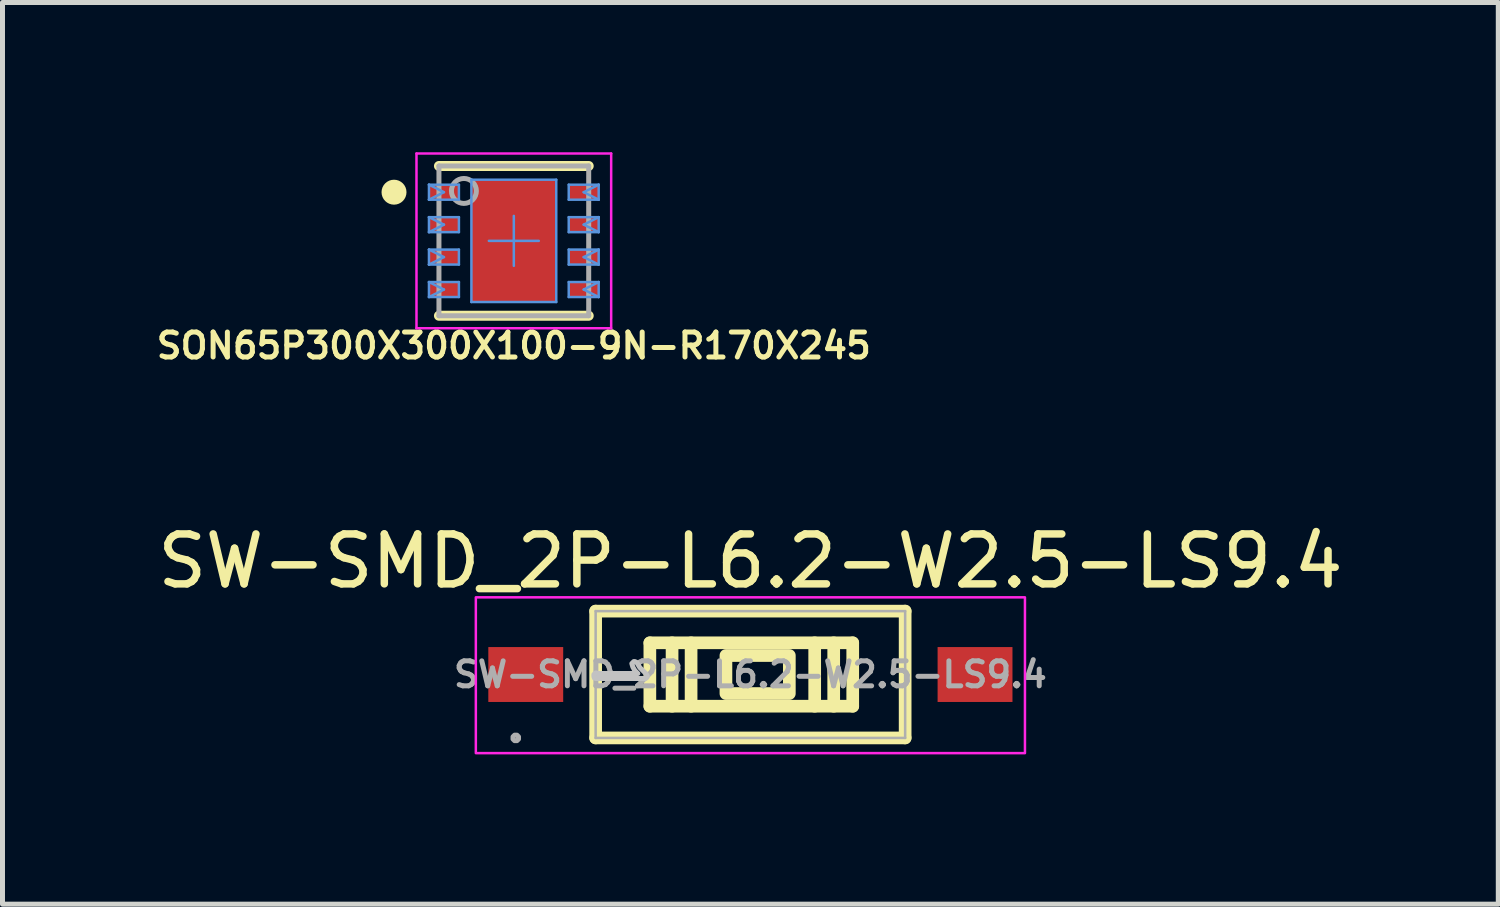
<source format=kicad_pcb>
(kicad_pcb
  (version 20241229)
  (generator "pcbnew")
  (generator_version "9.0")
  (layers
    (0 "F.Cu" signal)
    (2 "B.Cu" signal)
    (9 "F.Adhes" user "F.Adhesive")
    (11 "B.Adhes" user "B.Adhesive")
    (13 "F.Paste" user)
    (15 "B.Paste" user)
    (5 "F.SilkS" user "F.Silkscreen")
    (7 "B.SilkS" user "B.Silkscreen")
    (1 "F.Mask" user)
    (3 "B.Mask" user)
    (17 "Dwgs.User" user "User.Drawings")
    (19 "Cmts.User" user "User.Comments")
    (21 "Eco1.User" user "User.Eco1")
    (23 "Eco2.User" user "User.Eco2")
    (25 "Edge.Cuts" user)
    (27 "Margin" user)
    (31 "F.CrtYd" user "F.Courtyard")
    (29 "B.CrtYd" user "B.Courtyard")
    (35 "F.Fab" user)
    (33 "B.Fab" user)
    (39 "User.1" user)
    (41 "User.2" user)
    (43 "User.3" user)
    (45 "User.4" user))
  (footprint "SW-SMD_2P-L6.2-W2.5-LS9.4"
    (layer "F.Cu")
    (at 11.982 10.462)
    (property "Reference" "SW-SMD_2P-L6.2-W2.5-LS9.4" (at 0 -2.271 0) (layer "F.SilkS") (effects (font (size 1 1) (thickness 0.15))))
    (fp_line (start -3.1 -1.27) (end -3.1 1.27) (stroke (width 0.254) (type default)) (layer "F.SilkS"))
    (fp_line (start -3.1 1.27) (end 3.1 1.27) (stroke (width 0.254) (type default)) (layer "F.SilkS"))
    (fp_line (start -2.014 -0.635) (end 2.05 -0.635) (stroke (width 0.254) (type default)) (layer "F.SilkS"))
    (fp_line (start -2.014 0.635) (end -2.014 -0.635) (stroke (width 0.254) (type default)) (layer "F.SilkS"))
    (fp_line (start -1.569 -0.635) (end -1.569 0.635) (stroke (width 0.254) (type default)) (layer "F.SilkS"))
    (fp_line (start -1.188 -0.635) (end -1.188 0.635) (stroke (width 0.254) (type default)) (layer "F.SilkS"))
    (fp_line (start 1.288 -0.635) (end 1.288 0.635) (stroke (width 0.254) (type default)) (layer "F.SilkS"))
    (fp_line (start 1.669 -0.635) (end 1.669 0.635) (stroke (width 0.254) (type default)) (layer "F.SilkS"))
    (fp_line (start 2.05 -0.635) (end 2.05 0.635) (stroke (width 0.254) (type default)) (layer "F.SilkS"))
    (fp_line (start 2.05 0.635) (end -2.014 0.635) (stroke (width 0.254) (type default)) (layer "F.SilkS"))
    (fp_line (start 3.1 -1.27) (end -3.1 -1.27) (stroke (width 0.254) (type default)) (layer "F.SilkS"))
    (fp_line (start 3.1 1.27) (end 3.1 -1.27) (stroke (width 0.254) (type default)) (layer "F.SilkS"))
    (fp_rect (start -0.49 -0.381) (end 0.78 0.381) (stroke (width 0.254) (type default)) (fill no) (layer "F.SilkS"))
    (fp_poly (pts (xy -2.315 -0.26) (xy -2.335 -0.26) (xy -2.375 -0.22) (xy -2.355 -0.15) (xy -2.315 -0.08) (xy -2.255 -0.02) (xy -3.075 -0.02) (xy -3.085 -0.03) (xy -3.105 -0.03) (xy -3.135 0) (xy -3.135 0.04) (xy -3.125 0.07) (xy -3.095 0.08) (xy -2.115 0.08) (xy -2.105 0.08) (xy -2.09 0.075) (xy -2.08 0.065) (xy -2.07 0.055) (xy -2.065 0.03) (xy -2.075 0.01) (xy -2.095 -0.02) (xy -2.125 -0.05) (xy -2.215 -0.14) (xy -2.275 -0.24)) (stroke (width 0.1) (type default)) (fill no) (layer "Dwgs.User"))
    (fp_rect (start -5.5 -1.546) (end 5.5 1.575) (stroke (width 0.05) (type default)) (fill no) (layer "F.CrtYd"))
    (fp_line (start -3.1 -1.27) (end 3.1 -1.27) (stroke (width 0.051) (type default)) (layer "F.Fab"))
    (fp_line (start -3.1 1.27) (end -3.1 -1.27) (stroke (width 0.051) (type default)) (layer "F.Fab"))
    (fp_line (start 3.1 -1.27) (end 3.1 1.27) (stroke (width 0.051) (type default)) (layer "F.Fab"))
    (fp_line (start 3.1 1.27) (end -3.1 1.27) (stroke (width 0.051) (type default)) (layer "F.Fab"))
    (fp_poly (pts (xy -4.645 1.247) (xy -4.677 1.215) (xy -4.723 1.215) (xy -4.755 1.247) (xy -4.755 1.293) (xy -4.723 1.325) (xy -4.677 1.325) (xy -4.645 1.293)) (stroke (width 0.1) (type default)) (fill no) (layer "F.Fab"))
    (fp_poly (pts (xy -4.7 0.25) (xy -4.7 -0.25) (xy -4.2 -0.25) (xy -4.2 0.25)) (stroke (width 0.1) (type default)) (fill no) (layer "User.1"))
    (fp_poly (pts (xy -3.048 -0.635) (xy -3.048 0.635) (xy -4.21 0.635) (xy -4.21 -0.635)) (stroke (width 0.1) (type default)) (fill no) (layer "User.1"))
    (fp_poly (pts (xy 3.048 0.635) (xy 3.048 -0.635) (xy 4.21 -0.635) (xy 4.21 0.635)) (stroke (width 0.1) (type default)) (fill no) (layer "User.1"))
    (fp_poly (pts (xy 4.2 0.25) (xy 4.2 -0.25) (xy 4.7 -0.25) (xy 4.7 0.25)) (stroke (width 0.1) (type default)) (fill no) (layer "User.1"))
    (fp_text user "${REFERENCE}" (at 0 0 0) (layer "F.Fab") (effects (font (size 0.5 0.5) (thickness 0.1))))
    (pad "1" smd rect (at -4.5 0 270) (size 1.1 1.5) (layers "F.Cu" "F.Mask" "F.Paste"))
    (pad "2" smd rect (at 4.5 0 270) (size 1.1 1.5) (layers "F.Cu" "F.Mask" "F.Paste")))
  (footprint "SON65P300X300X100-9N-R170X245"
    (layer "F.Cu")
    (at 7.243 1.775)
    (property "Reference" "SON65P300X300X100-9N-R170X245" (at 0 2.1 180) (layer "F.SilkS") (effects (font (size 0.5 0.5) (thickness 0.1))))
    (attr smd)
    (fp_line (start -1.5 -1.5) (end 1.5 -1.5) (stroke (width 0.2) (type solid)) (layer "F.SilkS"))
    (fp_line (start -1.5 1.5) (end 1.5 1.5) (stroke (width 0.2) (type solid)) (layer "F.SilkS"))
    (fp_circle (center -2.4 -0.975) (end -2.275 -0.975) (stroke (width 0.25) (type solid)) (fill no) (layer "F.SilkS"))
    (fp_line (start -1.7 -1.125) (end -1.4 -0.975) (stroke (width 0.05) (type solid)) (layer "Cmts.User"))
    (fp_line (start -1.7 -1.125) (end -1.1 -1.125) (stroke (width 0.05) (type solid)) (layer "Cmts.User"))
    (fp_line (start -1.7 -0.825) (end -1.7 -1.125) (stroke (width 0.05) (type solid)) (layer "Cmts.User"))
    (fp_line (start -1.7 -0.825) (end -1.4 -0.975) (stroke (width 0.05) (type solid)) (layer "Cmts.User"))
    (fp_line (start -1.7 -0.825) (end -1.1 -0.825) (stroke (width 0.05) (type solid)) (layer "Cmts.User"))
    (fp_line (start -1.7 -0.475) (end -1.4 -0.325) (stroke (width 0.05) (type solid)) (layer "Cmts.User"))
    (fp_line (start -1.7 -0.475) (end -1.1 -0.475) (stroke (width 0.05) (type solid)) (layer "Cmts.User"))
    (fp_line (start -1.7 -0.175) (end -1.7 -0.475) (stroke (width 0.05) (type solid)) (layer "Cmts.User"))
    (fp_line (start -1.7 -0.175) (end -1.4 -0.325) (stroke (width 0.05) (type solid)) (layer "Cmts.User"))
    (fp_line (start -1.7 -0.175) (end -1.1 -0.175) (stroke (width 0.05) (type solid)) (layer "Cmts.User"))
    (fp_line (start -1.7 0.175) (end -1.4 0.325) (stroke (width 0.05) (type solid)) (layer "Cmts.User"))
    (fp_line (start -1.7 0.175) (end -1.1 0.175) (stroke (width 0.05) (type solid)) (layer "Cmts.User"))
    (fp_line (start -1.7 0.475) (end -1.7 0.175) (stroke (width 0.05) (type solid)) (layer "Cmts.User"))
    (fp_line (start -1.7 0.475) (end -1.4 0.325) (stroke (width 0.05) (type solid)) (layer "Cmts.User"))
    (fp_line (start -1.7 0.475) (end -1.1 0.475) (stroke (width 0.05) (type solid)) (layer "Cmts.User"))
    (fp_line (start -1.7 0.825) (end -1.4 0.975) (stroke (width 0.05) (type solid)) (layer "Cmts.User"))
    (fp_line (start -1.7 0.825) (end -1.1 0.825) (stroke (width 0.05) (type solid)) (layer "Cmts.User"))
    (fp_line (start -1.7 1.125) (end -1.7 0.825) (stroke (width 0.05) (type solid)) (layer "Cmts.User"))
    (fp_line (start -1.7 1.125) (end -1.4 0.975) (stroke (width 0.05) (type solid)) (layer "Cmts.User"))
    (fp_line (start -1.7 1.125) (end -1.1 1.125) (stroke (width 0.05) (type solid)) (layer "Cmts.User"))
    (fp_line (start -1.1 -0.825) (end -1.1 -1.125) (stroke (width 0.05) (type solid)) (layer "Cmts.User"))
    (fp_line (start -1.1 -0.175) (end -1.1 -0.475) (stroke (width 0.05) (type solid)) (layer "Cmts.User"))
    (fp_line (start -1.1 0.475) (end -1.1 0.175) (stroke (width 0.05) (type solid)) (layer "Cmts.User"))
    (fp_line (start -1.1 1.125) (end -1.1 0.825) (stroke (width 0.05) (type solid)) (layer "Cmts.User"))
    (fp_line (start -0.85 -1.225) (end 0.85 -1.225) (stroke (width 0.05) (type solid)) (layer "Cmts.User"))
    (fp_line (start -0.85 1.225) (end -0.85 -1.225) (stroke (width 0.05) (type solid)) (layer "Cmts.User"))
    (fp_line (start -0.85 1.225) (end 0.85 1.225) (stroke (width 0.05) (type solid)) (layer "Cmts.User"))
    (fp_line (start -0.5 0) (end 0 0) (stroke (width 0.05) (type solid)) (layer "Cmts.User"))
    (fp_line (start 0 0) (end 0 -0.5) (stroke (width 0.05) (type solid)) (layer "Cmts.User"))
    (fp_line (start 0 0) (end 0.5 0) (stroke (width 0.05) (type solid)) (layer "Cmts.User"))
    (fp_line (start 0 0.5) (end 0 0) (stroke (width 0.05) (type solid)) (layer "Cmts.User"))
    (fp_line (start 0.85 1.225) (end 0.85 -1.225) (stroke (width 0.05) (type solid)) (layer "Cmts.User"))
    (fp_line (start 1.1 -1.125) (end 1.7 -1.125) (stroke (width 0.05) (type solid)) (layer "Cmts.User"))
    (fp_line (start 1.1 -0.825) (end 1.1 -1.125) (stroke (width 0.05) (type solid)) (layer "Cmts.User"))
    (fp_line (start 1.1 -0.825) (end 1.7 -0.825) (stroke (width 0.05) (type solid)) (layer "Cmts.User"))
    (fp_line (start 1.1 -0.475) (end 1.7 -0.475) (stroke (width 0.05) (type solid)) (layer "Cmts.User"))
    (fp_line (start 1.1 -0.175) (end 1.1 -0.475) (stroke (width 0.05) (type solid)) (layer "Cmts.User"))
    (fp_line (start 1.1 -0.175) (end 1.7 -0.175) (stroke (width 0.05) (type solid)) (layer "Cmts.User"))
    (fp_line (start 1.1 0.175) (end 1.7 0.175) (stroke (width 0.05) (type solid)) (layer "Cmts.User"))
    (fp_line (start 1.1 0.475) (end 1.1 0.175) (stroke (width 0.05) (type solid)) (layer "Cmts.User"))
    (fp_line (start 1.1 0.475) (end 1.7 0.475) (stroke (width 0.05) (type solid)) (layer "Cmts.User"))
    (fp_line (start 1.1 0.825) (end 1.7 0.825) (stroke (width 0.05) (type solid)) (layer "Cmts.User"))
    (fp_line (start 1.1 1.125) (end 1.1 0.825) (stroke (width 0.05) (type solid)) (layer "Cmts.User"))
    (fp_line (start 1.1 1.125) (end 1.7 1.125) (stroke (width 0.05) (type solid)) (layer "Cmts.User"))
    (fp_line (start 1.4 -0.975) (end 1.7 -1.125) (stroke (width 0.05) (type solid)) (layer "Cmts.User"))
    (fp_line (start 1.4 -0.975) (end 1.7 -0.825) (stroke (width 0.05) (type solid)) (layer "Cmts.User"))
    (fp_line (start 1.4 -0.325) (end 1.7 -0.475) (stroke (width 0.05) (type solid)) (layer "Cmts.User"))
    (fp_line (start 1.4 -0.325) (end 1.7 -0.175) (stroke (width 0.05) (type solid)) (layer "Cmts.User"))
    (fp_line (start 1.4 0.325) (end 1.7 0.175) (stroke (width 0.05) (type solid)) (layer "Cmts.User"))
    (fp_line (start 1.4 0.325) (end 1.7 0.475) (stroke (width 0.05) (type solid)) (layer "Cmts.User"))
    (fp_line (start 1.4 0.975) (end 1.7 0.825) (stroke (width 0.05) (type solid)) (layer "Cmts.User"))
    (fp_line (start 1.4 0.975) (end 1.7 1.125) (stroke (width 0.05) (type solid)) (layer "Cmts.User"))
    (fp_line (start 1.7 -0.825) (end 1.7 -1.125) (stroke (width 0.05) (type solid)) (layer "Cmts.User"))
    (fp_line (start 1.7 -0.175) (end 1.7 -0.475) (stroke (width 0.05) (type solid)) (layer "Cmts.User"))
    (fp_line (start 1.7 0.475) (end 1.7 0.175) (stroke (width 0.05) (type solid)) (layer "Cmts.User"))
    (fp_line (start 1.7 1.125) (end 1.7 0.825) (stroke (width 0.05) (type solid)) (layer "Cmts.User"))
    (fp_line (start -1.95 -1.75) (end 1.95 -1.75) (stroke (width 0.05) (type solid)) (layer "F.CrtYd"))
    (fp_line (start -1.95 1.75) (end -1.95 -1.75) (stroke (width 0.05) (type solid)) (layer "F.CrtYd"))
    (fp_line (start -1.95 1.75) (end 1.95 1.75) (stroke (width 0.05) (type solid)) (layer "F.CrtYd"))
    (fp_line (start 1.95 1.75) (end 1.95 -1.75) (stroke (width 0.05) (type solid)) (layer "F.CrtYd"))
    (fp_line (start -1.5 -1.5) (end 1.5 -1.5) (stroke (width 0.1) (type solid)) (layer "F.Fab"))
    (fp_line (start -1.5 1.5) (end -1.5 -1.5) (stroke (width 0.1) (type solid)) (layer "F.Fab"))
    (fp_line (start -1.5 1.5) (end 1.5 1.5) (stroke (width 0.1) (type solid)) (layer "F.Fab"))
    (fp_line (start 1.5 1.5) (end 1.5 -1.5) (stroke (width 0.1) (type solid)) (layer "F.Fab"))
    (fp_circle (center -1 -1) (end -0.75 -1) (stroke (width 0.1) (type solid)) (fill no) (layer "F.Fab"))
    (pad "1" smd rect (at -1.4 -0.975) (size 0.6 0.3) (layers "F.Cu" "F.Mask" "F.Paste"))
    (pad "2" smd rect (at -1.4 -0.325) (size 0.6 0.3) (layers "F.Cu" "F.Mask" "F.Paste"))
    (pad "3" smd rect (at -1.4 0.325) (size 0.6 0.3) (layers "F.Cu" "F.Mask" "F.Paste"))
    (pad "4" smd rect (at -1.4 0.975) (size 0.6 0.3) (layers "F.Cu" "F.Mask" "F.Paste"))
    (pad "5" smd rect (at 1.4 0.975) (size 0.6 0.3) (layers "F.Cu" "F.Mask" "F.Paste"))
    (pad "6" smd rect (at 1.4 0.325) (size 0.6 0.3) (layers "F.Cu" "F.Mask" "F.Paste"))
    (pad "7" smd rect (at 1.4 -0.325) (size 0.6 0.3) (layers "F.Cu" "F.Mask" "F.Paste"))
    (pad "8" smd rect (at 1.4 -0.975) (size 0.6 0.3) (layers "F.Cu" "F.Mask" "F.Paste"))
    (pad "9" smd rect (at 0 0 90) (size 2.45 1.7) (layers "F.Cu" "F.Mask" "F.Paste")))
  (gr_rect
    (start -3 -3)
    (end 26.964 15.062)
    (stroke (width 0.1) (type default))
    (fill no)
    (layer "Edge.Cuts")))
</source>
